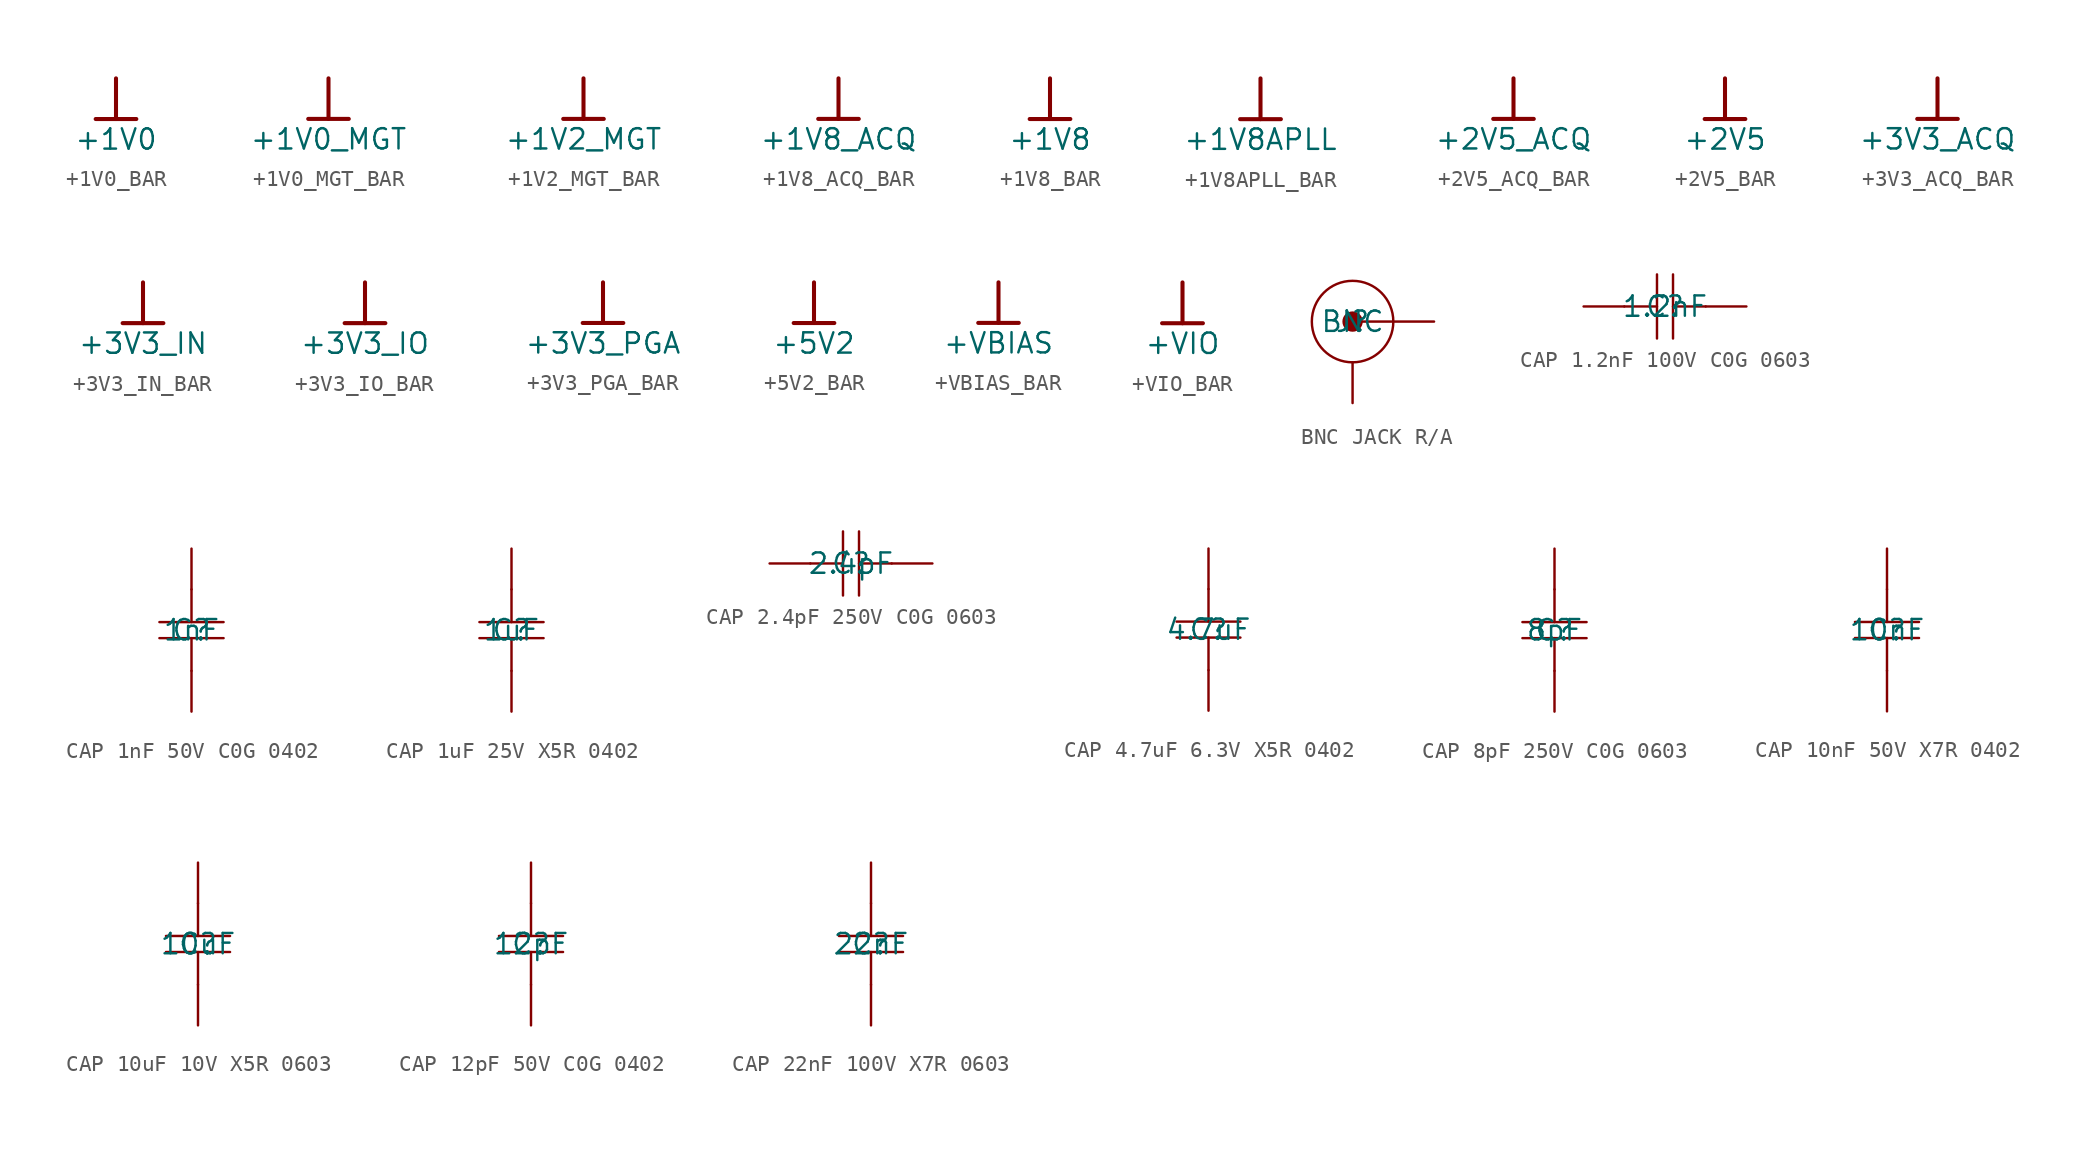
<source format=kicad_sym>
(kicad_symbol_lib
  (version 20241209)
  (generator "kicad_symbol_editor")
  (generator_version "8.99")
  (symbol "+1V0_BAR"
    (power)
    (property "Reference" "#PWR"
      (at 0 0 0)
      (effects (font (size 1.27 1.27)) (hide yes)))
    (property "Value" "+1V0"
      (at 0 -3.81 0)
      (effects (font (size 1.27 1.27))))
    (symbol "+1V0_BAR_0_0"
      (polyline (pts (xy -1.27 -2.54) (xy 1.27 -2.54)) (stroke (width 0.254) (type solid)) (fill (type none)))
      (polyline (pts (xy 0 0) (xy 0 -2.54)) (stroke (width 0.254) (type solid)) (fill (type none)))
      (pin power_in line (at 0 0 0) (length 0) (hide yes) (name "+1V0" (effects (font (size 1.27 1.27)))) (number "" (effects (font (size 1.27 1.27)))))))
  (symbol "+1V0_MGT_BAR"
    (power)
    (property "Reference" "#PWR"
      (at 0 0 0)
      (effects (font (size 1.27 1.27)) (hide yes)))
    (property "Value" "+1V0_MGT"
      (at 0 -3.81 0)
      (effects (font (size 1.27 1.27))))
    (symbol "+1V0_MGT_BAR_0_0"
      (polyline (pts (xy -1.27 -2.54) (xy 1.27 -2.54)) (stroke (width 0.254) (type solid)) (fill (type none)))
      (polyline (pts (xy 0 0) (xy 0 -2.54)) (stroke (width 0.254) (type solid)) (fill (type none)))
      (pin power_in line (at 0 0 0) (length 0) (hide yes) (name "+1V0_MGT" (effects (font (size 1.27 1.27)))) (number "" (effects (font (size 1.27 1.27)))))))
  (symbol "+1V2_MGT_BAR"
    (power)
    (property "Reference" "#PWR"
      (at 0 0 0)
      (effects (font (size 1.27 1.27)) (hide yes)))
    (property "Value" "+1V2_MGT"
      (at 0 -3.81 0)
      (effects (font (size 1.27 1.27))))
    (symbol "+1V2_MGT_BAR_0_0"
      (polyline (pts (xy -1.27 -2.54) (xy 1.27 -2.54)) (stroke (width 0.254) (type solid)) (fill (type none)))
      (polyline (pts (xy 0 0) (xy 0 -2.54)) (stroke (width 0.254) (type solid)) (fill (type none)))
      (pin power_in line (at 0 0 0) (length 0) (hide yes) (name "+1V2_MGT" (effects (font (size 1.27 1.27)))) (number "" (effects (font (size 1.27 1.27)))))))
  (symbol "+1V8_ACQ_BAR"
    (power)
    (property "Reference" "#PWR"
      (at 0 0 0)
      (effects (font (size 1.27 1.27)) (hide yes)))
    (property "Value" "+1V8_ACQ"
      (at 0 -3.81 0)
      (effects (font (size 1.27 1.27))))
    (symbol "+1V8_ACQ_BAR_0_0"
      (polyline (pts (xy -1.27 -2.54) (xy 1.27 -2.54)) (stroke (width 0.254) (type solid)) (fill (type none)))
      (polyline (pts (xy 0 0) (xy 0 -2.54)) (stroke (width 0.254) (type solid)) (fill (type none)))
      (pin power_in line (at 0 0 0) (length 0) (hide yes) (name "+1V8_ACQ" (effects (font (size 1.27 1.27)))) (number "" (effects (font (size 1.27 1.27)))))))
  (symbol "+1V8_BAR"
    (power)
    (property "Reference" "#PWR"
      (at 0 0 0)
      (effects (font (size 1.27 1.27)) (hide yes)))
    (property "Value" "+1V8"
      (at 0 -3.81 0)
      (effects (font (size 1.27 1.27))))
    (symbol "+1V8_BAR_0_0"
      (polyline (pts (xy -1.27 -2.54) (xy 1.27 -2.54)) (stroke (width 0.254) (type solid)) (fill (type none)))
      (polyline (pts (xy 0 0) (xy 0 -2.54)) (stroke (width 0.254) (type solid)) (fill (type none)))
      (pin power_in line (at 0 0 0) (length 0) (hide yes) (name "+1V8" (effects (font (size 1.27 1.27)))) (number "" (effects (font (size 1.27 1.27)))))))
  (symbol "+1V8APLL_BAR"
    (power)
    (property "Reference" "#PWR"
      (at 0 0 0)
      (effects (font (size 1.27 1.27)) (hide yes)))
    (property "Value" "+1V8APLL"
      (at 0 -3.81 0)
      (effects (font (size 1.27 1.27))))
    (symbol "+1V8APLL_BAR_0_0"
      (polyline (pts (xy -1.27 -2.54) (xy 1.27 -2.54)) (stroke (width 0.254) (type solid)) (fill (type none)))
      (polyline (pts (xy 0 0) (xy 0 -2.54)) (stroke (width 0.254) (type solid)) (fill (type none)))
      (pin power_in line (at 0 0 0) (length 0) (hide yes) (name "+1V8APLL" (effects (font (size 1.27 1.27)))) (number "" (effects (font (size 1.27 1.27)))))))
  (symbol "+2V5_ACQ_BAR"
    (power)
    (property "Reference" "#PWR"
      (at 0 0 0)
      (effects (font (size 1.27 1.27)) (hide yes)))
    (property "Value" "+2V5_ACQ"
      (at 0 -3.81 0)
      (effects (font (size 1.27 1.27))))
    (symbol "+2V5_ACQ_BAR_0_0"
      (polyline (pts (xy -1.27 -2.54) (xy 1.27 -2.54)) (stroke (width 0.254) (type solid)) (fill (type none)))
      (polyline (pts (xy 0 0) (xy 0 -2.54)) (stroke (width 0.254) (type solid)) (fill (type none)))
      (pin power_in line (at 0 0 0) (length 0) (hide yes) (name "+2V5_ACQ" (effects (font (size 1.27 1.27)))) (number "" (effects (font (size 1.27 1.27)))))))
  (symbol "+2V5_BAR"
    (power)
    (property "Reference" "#PWR"
      (at 0 0 0)
      (effects (font (size 1.27 1.27)) (hide yes)))
    (property "Value" "+2V5"
      (at 0 -3.81 0)
      (effects (font (size 1.27 1.27))))
    (symbol "+2V5_BAR_0_0"
      (polyline (pts (xy -1.27 -2.54) (xy 1.27 -2.54)) (stroke (width 0.254) (type solid)) (fill (type none)))
      (polyline (pts (xy 0 0) (xy 0 -2.54)) (stroke (width 0.254) (type solid)) (fill (type none)))
      (pin power_in line (at 0 0 0) (length 0) (hide yes) (name "+2V5" (effects (font (size 1.27 1.27)))) (number "" (effects (font (size 1.27 1.27)))))))
  (symbol "+3V3_ACQ_BAR"
    (power)
    (property "Reference" "#PWR"
      (at 0 0 0)
      (effects (font (size 1.27 1.27)) (hide yes)))
    (property "Value" "+3V3_ACQ"
      (at 0 -3.81 0)
      (effects (font (size 1.27 1.27))))
    (symbol "+3V3_ACQ_BAR_0_0"
      (polyline (pts (xy -1.27 -2.54) (xy 1.27 -2.54)) (stroke (width 0.254) (type solid)) (fill (type none)))
      (polyline (pts (xy 0 0) (xy 0 -2.54)) (stroke (width 0.254) (type solid)) (fill (type none)))
      (pin power_in line (at 0 0 0) (length 0) (hide yes) (name "+2V5_ACQ" (effects (font (size 1.27 1.27)))) (number "" (effects (font (size 1.27 1.27)))))))
  (symbol "+3V3_IN_BAR"
    (power)
    (property "Reference" "#PWR"
      (at 0 0 0)
      (effects (font (size 1.27 1.27)) (hide yes)))
    (property "Value" "+3V3_IN"
      (at 0 -3.81 0)
      (effects (font (size 1.27 1.27))))
    (symbol "+3V3_IN_BAR_0_0"
      (polyline (pts (xy -1.27 -2.54) (xy 1.27 -2.54)) (stroke (width 0.254) (type solid)) (fill (type none)))
      (polyline (pts (xy 0 0) (xy 0 -2.54)) (stroke (width 0.254) (type solid)) (fill (type none)))
      (pin power_in line (at 0 0 0) (length 0) (hide yes) (name "+3V3_IN" (effects (font (size 1.27 1.27)))) (number "" (effects (font (size 1.27 1.27)))))))
  (symbol "+3V3_IO_BAR"
    (power)
    (property "Reference" "#PWR"
      (at 0 0 0)
      (effects (font (size 1.27 1.27)) (hide yes)))
    (property "Value" "+3V3_IO"
      (at 0 -3.81 0)
      (effects (font (size 1.27 1.27))))
    (symbol "+3V3_IO_BAR_0_0"
      (polyline (pts (xy -1.27 -2.54) (xy 1.27 -2.54)) (stroke (width 0.254) (type solid)) (fill (type none)))
      (polyline (pts (xy 0 0) (xy 0 -2.54)) (stroke (width 0.254) (type solid)) (fill (type none)))
      (pin power_in line (at 0 0 0) (length 0) (hide yes) (name "+3V3_IO" (effects (font (size 1.27 1.27)))) (number "" (effects (font (size 1.27 1.27)))))))
  (symbol "+3V3_PGA_BAR"
    (power)
    (property "Reference" "#PWR"
      (at 0 0 0)
      (effects (font (size 1.27 1.27)) (hide yes)))
    (property "Value" "+3V3_PGA"
      (at 0 -3.81 0)
      (effects (font (size 1.27 1.27))))
    (symbol "+3V3_PGA_BAR_0_0"
      (polyline (pts (xy -1.27 -2.54) (xy 1.27 -2.54)) (stroke (width 0.254) (type solid)) (fill (type none)))
      (polyline (pts (xy 0 0) (xy 0 -2.54)) (stroke (width 0.254) (type solid)) (fill (type none)))
      (pin power_in line (at 0 0 0) (length 0) (hide yes) (name "+3V3_PGA" (effects (font (size 1.27 1.27)))) (number "" (effects (font (size 1.27 1.27)))))))
  (symbol "+5V2_BAR"
    (power)
    (property "Reference" "#PWR"
      (at 0 0 0)
      (effects (font (size 1.27 1.27)) (hide yes)))
    (property "Value" "+5V2"
      (at 0 -3.81 0)
      (effects (font (size 1.27 1.27))))
    (symbol "+5V2_BAR_0_0"
      (polyline (pts (xy -1.27 -2.54) (xy 1.27 -2.54)) (stroke (width 0.254) (type solid)) (fill (type none)))
      (polyline (pts (xy 0 0) (xy 0 -2.54)) (stroke (width 0.254) (type solid)) (fill (type none)))
      (pin power_in line (at 0 0 0) (length 0) (hide yes) (name "+5V2" (effects (font (size 1.27 1.27)))) (number "" (effects (font (size 1.27 1.27)))))))
  (symbol "+VBIAS_BAR"
    (power)
    (property "Reference" "#PWR"
      (at 0 0 0)
      (effects (font (size 1.27 1.27)) (hide yes)))
    (property "Value" "+VBIAS"
      (at 0 -3.81 0)
      (effects (font (size 1.27 1.27))))
    (symbol "+VBIAS_BAR_0_0"
      (polyline (pts (xy -1.27 -2.54) (xy 1.27 -2.54)) (stroke (width 0.254) (type solid)) (fill (type none)))
      (polyline (pts (xy 0 0) (xy 0 -2.54)) (stroke (width 0.254) (type solid)) (fill (type none)))
      (pin power_in line (at 0 0 0) (length 0) (hide yes) (name "+VBIAS" (effects (font (size 1.27 1.27)))) (number "" (effects (font (size 1.27 1.27)))))))
  (symbol "+VIO_BAR"
    (power)
    (property "Reference" "#PWR"
      (at 0 0 0)
      (effects (font (size 1.27 1.27)) (hide yes)))
    (property "Value" "+VIO"
      (at 0 -3.81 0)
      (effects (font (size 1.27 1.27))))
    (symbol "+VIO_BAR_0_0"
      (polyline (pts (xy -1.27 -2.54) (xy 1.27 -2.54)) (stroke (width 0.254) (type solid)) (fill (type none)))
      (polyline (pts (xy 0 0) (xy 0 -2.54)) (stroke (width 0.254) (type solid)) (fill (type none)))
      (pin power_in line (at 0 0 0) (length 0) (hide yes) (name "+VIO" (effects (font (size 1.27 1.27)))) (number "" (effects (font (size 1.27 1.27)))))))
  (symbol "BNC JACK R/A"
    (pin_numbers
      (hide yes))
    (pin_names
      (hide yes))
    (property "Reference" "J"
      (at 0 0 0)
      (effects (font (size 1.27 1.27))))
    (property "Value" "BNC"
      (at 0 0 0)
      (effects (font (size 1.27 1.27))))
    (symbol "BNC JACK R/A_1_0"
      (circle (center 0 0) (radius 0.635) (stroke (width -0.0001) (type solid)) (fill (type outline)))
      (circle (center 0 0) (radius 2.54) (stroke (width 0) (type solid)) (fill (type none)))
      (pin passive line (at 0 -5.08 90) (length 2.54) (name "SHIELD" (effects (font (size 1.27 1.27)))) (number "2" (effects (font (size 1.27 1.27)))))
      (pin passive line (at 5.08 0 180) (length 5.08) (name "Signal" (effects (font (size 1.27 1.27)))) (number "1" (effects (font (size 1.27 1.27)))))))
  (symbol "CAP 1.2nF 100V C0G 0603"
    (pin_numbers
      (hide yes))
    (pin_names
      (hide yes))
    (property "Reference" "C"
      (at 0 0 0)
      (effects (font (size 1.27 1.27))))
    (property "Value" "1.2nF"
      (at 0 0 0)
      (effects (font (size 1.27 1.27))))
    (symbol "CAP 1.2nF 100V C0G 0603_1_0"
      (polyline (pts (xy -2.54 0) (xy -0.5 0)) (stroke (width 0) (type solid)) (fill (type none)))
      (polyline (pts (xy -0.5 -2) (xy -0.5 2)) (stroke (width 0) (type solid)) (fill (type none)))
      (polyline (pts (xy 0.5 -2) (xy 0.5 2)) (stroke (width 0) (type solid)) (fill (type none)))
      (polyline (pts (xy 2.54 0) (xy 0.5 0)) (stroke (width 0) (type solid)) (fill (type none)))
      (pin passive line (at -5.08 0 0) (length 2.54) (name "2" (effects (font (size 1.27 1.27)))) (number "2" (effects (font (size 1.27 1.27)))))
      (pin passive line (at 5.08 0 180) (length 2.54) (name "1" (effects (font (size 1.27 1.27)))) (number "1" (effects (font (size 1.27 1.27)))))))
  (symbol "CAP 1nF 50V C0G 0402"
    (pin_numbers
      (hide yes))
    (pin_names
      (hide yes))
    (property "Reference" "C"
      (at 0 0 0)
      (effects (font (size 1.27 1.27))))
    (property "Value" "1nF"
      (at 0 0 0)
      (effects (font (size 1.27 1.27))))
    (symbol "CAP 1nF 50V C0G 0402_1_0"
      (polyline (pts (xy -2 0.5) (xy 2 0.5)) (stroke (width 0) (type solid)) (fill (type none)))
      (polyline (pts (xy -2 -0.5) (xy 2 -0.5)) (stroke (width 0) (type solid)) (fill (type none)))
      (polyline (pts (xy 0 2.54) (xy 0 0.5)) (stroke (width 0) (type solid)) (fill (type none)))
      (polyline (pts (xy 0 -2.54) (xy 0 -0.5)) (stroke (width 0) (type solid)) (fill (type none)))
      (pin passive line (at 0 5.08 270) (length 2.54) (name "2" (effects (font (size 1.27 1.27)))) (number "2" (effects (font (size 1.27 1.27)))))
      (pin passive line (at 0 -5.08 90) (length 2.54) (name "1" (effects (font (size 1.27 1.27)))) (number "1" (effects (font (size 1.27 1.27)))))))
  (symbol "CAP 1uF 25V X5R 0402"
    (pin_numbers
      (hide yes))
    (pin_names
      (hide yes))
    (property "Reference" "C"
      (at 0 0 0)
      (effects (font (size 1.27 1.27))))
    (property "Value" "1uF"
      (at 0 0 0)
      (effects (font (size 1.27 1.27))))
    (symbol "CAP 1uF 25V X5R 0402_1_0"
      (polyline (pts (xy 0 2.54) (xy 0 0.5)) (stroke (width 0) (type solid)) (fill (type none)))
      (polyline (pts (xy 0 -2.54) (xy 0 -0.5)) (stroke (width 0) (type solid)) (fill (type none)))
      (polyline (pts (xy 2 0.5) (xy -2 0.5)) (stroke (width 0) (type solid)) (fill (type none)))
      (polyline (pts (xy 2 -0.5) (xy -2 -0.5)) (stroke (width 0) (type solid)) (fill (type none)))
      (pin passive line (at 0 5.08 270) (length 2.54) (name "1" (effects (font (size 1.27 1.27)))) (number "1" (effects (font (size 1.27 1.27)))))
      (pin passive line (at 0 -5.08 90) (length 2.54) (name "2" (effects (font (size 1.27 1.27)))) (number "2" (effects (font (size 1.27 1.27)))))))
  (symbol "CAP 2.4pF 250V C0G 0603"
    (pin_numbers
      (hide yes))
    (pin_names
      (hide yes))
    (property "Reference" "C"
      (at 0 0 0)
      (effects (font (size 1.27 1.27))))
    (property "Value" "2.4pF"
      (at 0 0 0)
      (effects (font (size 1.27 1.27))))
    (symbol "CAP 2.4pF 250V C0G 0603_1_0"
      (polyline (pts (xy -2.54 0) (xy -0.5 0)) (stroke (width 0) (type solid)) (fill (type none)))
      (polyline (pts (xy -0.5 -2) (xy -0.5 2)) (stroke (width 0) (type solid)) (fill (type none)))
      (polyline (pts (xy 0.5 -2) (xy 0.5 2)) (stroke (width 0) (type solid)) (fill (type none)))
      (polyline (pts (xy 2.54 0) (xy 0.5 0)) (stroke (width 0) (type solid)) (fill (type none)))
      (pin passive line (at -5.08 0 0) (length 2.54) (name "2" (effects (font (size 1.27 1.27)))) (number "2" (effects (font (size 1.27 1.27)))))
      (pin passive line (at 5.08 0 180) (length 2.54) (name "1" (effects (font (size 1.27 1.27)))) (number "1" (effects (font (size 1.27 1.27)))))))
  (symbol "CAP 4.7uF 6.3V X5R 0402"
    (pin_numbers
      (hide yes))
    (pin_names
      (hide yes))
    (property "Reference" "C"
      (at 0 0 0)
      (effects (font (size 1.27 1.27))))
    (property "Value" "4.7uF"
      (at 0 0 0)
      (effects (font (size 1.27 1.27))))
    (symbol "CAP 4.7uF 6.3V X5R 0402_1_0"
      (polyline (pts (xy -2 0.5) (xy 2 0.5)) (stroke (width 0) (type solid)) (fill (type none)))
      (polyline (pts (xy -2 -0.5) (xy 2 -0.5)) (stroke (width 0) (type solid)) (fill (type none)))
      (polyline (pts (xy 0 2.54) (xy 0 0.5)) (stroke (width 0) (type solid)) (fill (type none)))
      (polyline (pts (xy 0 -2.54) (xy 0 -0.5)) (stroke (width 0) (type solid)) (fill (type none)))
      (pin passive line (at 0 5.08 270) (length 2.54) (name "2" (effects (font (size 1.27 1.27)))) (number "2" (effects (font (size 1.27 1.27)))))
      (pin passive line (at 0 -5.08 90) (length 2.54) (name "1" (effects (font (size 1.27 1.27)))) (number "1" (effects (font (size 1.27 1.27)))))))
  (symbol "CAP 8pF 250V C0G 0603"
    (pin_numbers
      (hide yes))
    (pin_names
      (hide yes))
    (property "Reference" "C"
      (at 0 0 0)
      (effects (font (size 1.27 1.27))))
    (property "Value" "8pF"
      (at 0 0 0)
      (effects (font (size 1.27 1.27))))
    (symbol "CAP 8pF 250V C0G 0603_1_0"
      (polyline (pts (xy 0 2.54) (xy 0 0.5)) (stroke (width 0) (type solid)) (fill (type none)))
      (polyline (pts (xy 0 -2.54) (xy 0 -0.5)) (stroke (width 0) (type solid)) (fill (type none)))
      (polyline (pts (xy 2 0.5) (xy -2 0.5)) (stroke (width 0) (type solid)) (fill (type none)))
      (polyline (pts (xy 2 -0.5) (xy -2 -0.5)) (stroke (width 0) (type solid)) (fill (type none)))
      (pin passive line (at 0 5.08 270) (length 2.54) (name "1" (effects (font (size 1.27 1.27)))) (number "1" (effects (font (size 1.27 1.27)))))
      (pin passive line (at 0 -5.08 90) (length 2.54) (name "2" (effects (font (size 1.27 1.27)))) (number "2" (effects (font (size 1.27 1.27)))))))
  (symbol "CAP 10nF 50V X7R 0402"
    (pin_numbers
      (hide yes))
    (pin_names
      (hide yes))
    (property "Reference" "C"
      (at 0 0 0)
      (effects (font (size 1.27 1.27))))
    (property "Value" "10nF"
      (at 0 0 0)
      (effects (font (size 1.27 1.27))))
    (symbol "CAP 10nF 50V X7R 0402_1_0"
      (polyline (pts (xy -2 0.5) (xy 2 0.5)) (stroke (width 0) (type solid)) (fill (type none)))
      (polyline (pts (xy -2 -0.5) (xy 2 -0.5)) (stroke (width 0) (type solid)) (fill (type none)))
      (polyline (pts (xy 0 2.54) (xy 0 0.5)) (stroke (width 0) (type solid)) (fill (type none)))
      (polyline (pts (xy 0 -2.54) (xy 0 -0.5)) (stroke (width 0) (type solid)) (fill (type none)))
      (pin passive line (at 0 5.08 270) (length 2.54) (name "2" (effects (font (size 1.27 1.27)))) (number "2" (effects (font (size 1.27 1.27)))))
      (pin passive line (at 0 -5.08 90) (length 2.54) (name "1" (effects (font (size 1.27 1.27)))) (number "1" (effects (font (size 1.27 1.27)))))))
  (symbol "CAP 10uF 10V X5R 0603"
    (pin_numbers
      (hide yes))
    (pin_names
      (hide yes))
    (property "Reference" "C"
      (at 0 0 0)
      (effects (font (size 1.27 1.27))))
    (property "Value" "10uF"
      (at 0 0 0)
      (effects (font (size 1.27 1.27))))
    (symbol "CAP 10uF 10V X5R 0603_1_0"
      (polyline (pts (xy -2 0.5) (xy 2 0.5)) (stroke (width 0) (type solid)) (fill (type none)))
      (polyline (pts (xy -2 -0.5) (xy 2 -0.5)) (stroke (width 0) (type solid)) (fill (type none)))
      (polyline (pts (xy 0 2.54) (xy 0 0.5)) (stroke (width 0) (type solid)) (fill (type none)))
      (polyline (pts (xy 0 -2.54) (xy 0 -0.5)) (stroke (width 0) (type solid)) (fill (type none)))
      (pin passive line (at 0 5.08 270) (length 2.54) (name "2" (effects (font (size 1.27 1.27)))) (number "2" (effects (font (size 1.27 1.27)))))
      (pin passive line (at 0 -5.08 90) (length 2.54) (name "1" (effects (font (size 1.27 1.27)))) (number "1" (effects (font (size 1.27 1.27)))))))
  (symbol "CAP 12pF 50V C0G 0402"
    (pin_numbers
      (hide yes))
    (pin_names
      (hide yes))
    (property "Reference" "C"
      (at 0 0 0)
      (effects (font (size 1.27 1.27))))
    (property "Value" "12pF"
      (at 0 0 0)
      (effects (font (size 1.27 1.27))))
    (symbol "CAP 12pF 50V C0G 0402_1_0"
      (polyline (pts (xy -2 0.5) (xy 2 0.5)) (stroke (width 0) (type solid)) (fill (type none)))
      (polyline (pts (xy -2 -0.5) (xy 2 -0.5)) (stroke (width 0) (type solid)) (fill (type none)))
      (polyline (pts (xy 0 2.54) (xy 0 0.5)) (stroke (width 0) (type solid)) (fill (type none)))
      (polyline (pts (xy 0 -2.54) (xy 0 -0.5)) (stroke (width 0) (type solid)) (fill (type none)))
      (pin passive line (at 0 5.08 270) (length 2.54) (name "2" (effects (font (size 1.27 1.27)))) (number "2" (effects (font (size 1.27 1.27)))))
      (pin passive line (at 0 -5.08 90) (length 2.54) (name "1" (effects (font (size 1.27 1.27)))) (number "1" (effects (font (size 1.27 1.27)))))))
  (symbol "CAP 22nF 100V X7R 0603"
    (pin_numbers
      (hide yes))
    (pin_names
      (hide yes))
    (property "Reference" "C"
      (at 0 0 0)
      (effects (font (size 1.27 1.27))))
    (property "Value" "22nF"
      (at 0 0 0)
      (effects (font (size 1.27 1.27))))
    (symbol "CAP 22nF 100V X7R 0603_1_0"
      (polyline (pts (xy 0 2.54) (xy 0 0.5)) (stroke (width 0) (type solid)) (fill (type none)))
      (polyline (pts (xy 0 -2.54) (xy 0 -0.5)) (stroke (width 0) (type solid)) (fill (type none)))
      (polyline (pts (xy 2 0.5) (xy -2 0.5)) (stroke (width 0) (type solid)) (fill (type none)))
      (polyline (pts (xy 2 -0.5) (xy -2 -0.5)) (stroke (width 0) (type solid)) (fill (type none)))
      (pin passive line (at 0 5.08 270) (length 2.54) (name "1" (effects (font (size 1.27 1.27)))) (number "1" (effects (font (size 1.27 1.27)))))
      (pin passive line (at 0 -5.08 90) (length 2.54) (name "2" (effects (font (size 1.27 1.27)))) (number "2" (effects (font (size 1.27 1.27))))))))
</source>
